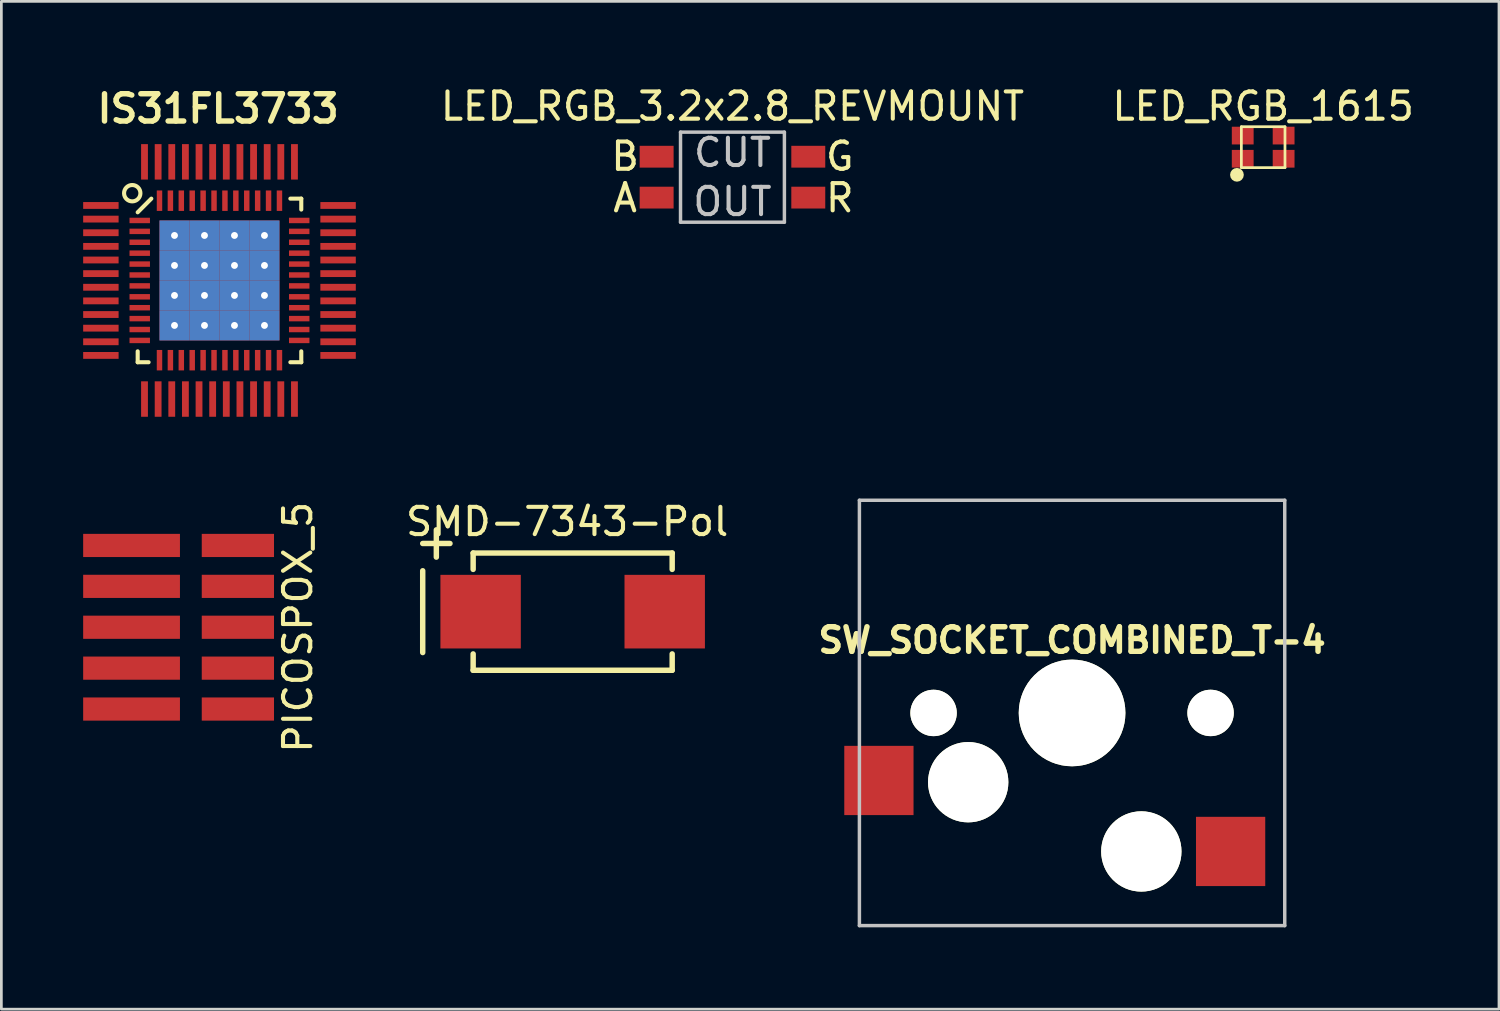
<source format=kicad_pcb>
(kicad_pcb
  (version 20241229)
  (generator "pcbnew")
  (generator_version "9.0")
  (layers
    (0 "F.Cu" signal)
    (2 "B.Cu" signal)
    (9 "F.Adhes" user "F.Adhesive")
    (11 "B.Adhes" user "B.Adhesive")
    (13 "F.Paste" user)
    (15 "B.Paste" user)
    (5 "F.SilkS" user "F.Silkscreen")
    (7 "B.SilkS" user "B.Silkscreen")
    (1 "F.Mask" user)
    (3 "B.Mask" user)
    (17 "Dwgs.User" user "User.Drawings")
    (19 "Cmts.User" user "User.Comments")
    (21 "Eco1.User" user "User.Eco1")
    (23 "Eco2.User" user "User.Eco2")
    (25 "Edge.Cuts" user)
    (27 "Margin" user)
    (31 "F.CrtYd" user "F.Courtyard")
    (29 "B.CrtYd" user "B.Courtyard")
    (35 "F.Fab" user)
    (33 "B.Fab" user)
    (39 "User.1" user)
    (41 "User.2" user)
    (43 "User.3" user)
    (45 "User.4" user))
  (footprint "IS31FL3733"
    (layer "F.Cu")
    (at 5 7.236)
    (property "Reference" "IS31FL3733" (at -0.05 -6.3 0) (layer "F.SilkS") (effects (font (size 1 1) (thickness 0.2))))
    (attr smd)
    (fp_line (start -3 2.6) (end -3 3) (stroke (width 0.15) (type solid)) (layer "F.SilkS"))
    (fp_line (start -3 3) (end -2.6 3) (stroke (width 0.15) (type solid)) (layer "F.SilkS"))
    (fp_line (start -2.5 -3) (end -3 -2.5) (stroke (width 0.15) (type solid)) (layer "F.SilkS"))
    (fp_line (start 2.6 -3) (end 3 -3) (stroke (width 0.15) (type solid)) (layer "F.SilkS"))
    (fp_line (start 3 -3) (end 3 -2.6) (stroke (width 0.15) (type solid)) (layer "F.SilkS"))
    (fp_line (start 3 2.6) (end 3 3) (stroke (width 0.15) (type solid)) (layer "F.SilkS"))
    (fp_line (start 3 3) (end 2.6 3) (stroke (width 0.15) (type solid)) (layer "F.SilkS"))
    (fp_circle (center -3.2 -3.2) (end -3.2 -3.5) (stroke (width 0.15) (type solid)) (fill no) (layer "F.SilkS"))
    (pad "1" smd rect (at -4.35 -2.75 90) (size 0.25 1.3) (layers "F.Cu" "F.Mask" "F.Paste"))
    (pad "1" smd rect (at -2.925 -2.2) (size 0.75 0.2) (layers "F.Cu" "F.Mask" "F.Paste"))
    (pad "2" smd rect (at -4.35 -2.25 90) (size 0.25 1.3) (layers "F.Cu" "F.Mask" "F.Paste"))
    (pad "2" smd rect (at -2.925 -1.8) (size 0.75 0.2) (layers "F.Cu" "F.Mask" "F.Paste"))
    (pad "3" smd rect (at -4.35 -1.75 90) (size 0.25 1.3) (layers "F.Cu" "F.Mask" "F.Paste"))
    (pad "3" smd rect (at -2.925 -1.4) (size 0.75 0.2) (layers "F.Cu" "F.Mask" "F.Paste"))
    (pad "4" smd rect (at -4.35 -1.25 90) (size 0.25 1.3) (layers "F.Cu" "F.Mask" "F.Paste"))
    (pad "4" smd rect (at -2.925 -1) (size 0.75 0.2) (layers "F.Cu" "F.Mask" "F.Paste"))
    (pad "5" smd rect (at -4.35 -0.75 90) (size 0.25 1.3) (layers "F.Cu" "F.Mask" "F.Paste"))
    (pad "5" smd rect (at -2.925 -0.6) (size 0.75 0.2) (layers "F.Cu" "F.Mask" "F.Paste"))
    (pad "6" smd rect (at -4.35 -0.25 90) (size 0.25 1.3) (layers "F.Cu" "F.Mask" "F.Paste"))
    (pad "6" smd rect (at -2.925 -0.2) (size 0.75 0.2) (layers "F.Cu" "F.Mask" "F.Paste"))
    (pad "7" smd rect (at -4.35 0.25 90) (size 0.25 1.3) (layers "F.Cu" "F.Mask" "F.Paste"))
    (pad "7" smd rect (at -2.925 0.2) (size 0.75 0.2) (layers "F.Cu" "F.Mask" "F.Paste"))
    (pad "8" smd rect (at -4.35 0.75 90) (size 0.25 1.3) (layers "F.Cu" "F.Mask" "F.Paste"))
    (pad "8" smd rect (at -2.925 0.6) (size 0.75 0.2) (layers "F.Cu" "F.Mask" "F.Paste"))
    (pad "9" smd rect (at -4.35 1.25 90) (size 0.25 1.3) (layers "F.Cu" "F.Mask" "F.Paste"))
    (pad "9" smd rect (at -2.925 1) (size 0.75 0.2) (layers "F.Cu" "F.Mask" "F.Paste"))
    (pad "10" smd rect (at -4.35 1.75 90) (size 0.25 1.3) (layers "F.Cu" "F.Mask" "F.Paste"))
    (pad "10" smd rect (at -2.925 1.4) (size 0.75 0.2) (layers "F.Cu" "F.Mask" "F.Paste"))
    (pad "11" smd rect (at -4.35 2.25 90) (size 0.25 1.3) (layers "F.Cu" "F.Mask" "F.Paste"))
    (pad "11" smd rect (at -2.925 1.8) (size 0.75 0.2) (layers "F.Cu" "F.Mask" "F.Paste"))
    (pad "12" smd rect (at -4.35 2.75 90) (size 0.25 1.3) (layers "F.Cu" "F.Mask" "F.Paste"))
    (pad "12" smd rect (at -2.925 2.2) (size 0.75 0.2) (layers "F.Cu" "F.Mask" "F.Paste"))
    (pad "13" smd rect (at -2.75 4.35) (size 0.25 1.3) (layers "F.Cu" "F.Mask" "F.Paste"))
    (pad "13" smd rect (at -2.2 2.925) (size 0.2 0.75) (layers "F.Cu" "F.Mask" "F.Paste"))
    (pad "14" smd rect (at -2.25 4.35) (size 0.25 1.3) (layers "F.Cu" "F.Mask" "F.Paste"))
    (pad "14" smd rect (at -1.8 2.925) (size 0.2 0.75) (layers "F.Cu" "F.Mask" "F.Paste"))
    (pad "15" smd rect (at -1.75 4.35) (size 0.25 1.3) (layers "F.Cu" "F.Mask" "F.Paste"))
    (pad "15" smd rect (at -1.4 2.925) (size 0.2 0.75) (layers "F.Cu" "F.Mask" "F.Paste"))
    (pad "16" smd rect (at -1.25 4.35) (size 0.25 1.3) (layers "F.Cu" "F.Mask" "F.Paste"))
    (pad "16" smd rect (at -1 2.925) (size 0.2 0.75) (layers "F.Cu" "F.Mask" "F.Paste"))
    (pad "17" smd rect (at -0.75 4.35) (size 0.25 1.3) (layers "F.Cu" "F.Mask" "F.Paste"))
    (pad "17" smd rect (at -0.6 2.925) (size 0.2 0.75) (layers "F.Cu" "F.Mask" "F.Paste"))
    (pad "18" smd rect (at -0.25 4.35) (size 0.25 1.3) (layers "F.Cu" "F.Mask" "F.Paste"))
    (pad "18" smd rect (at -0.2 2.925) (size 0.2 0.75) (layers "F.Cu" "F.Mask" "F.Paste"))
    (pad "19" smd rect (at 0.2 2.925) (size 0.2 0.75) (layers "F.Cu" "F.Mask" "F.Paste"))
    (pad "19" smd rect (at 0.25 4.35) (size 0.25 1.3) (layers "F.Cu" "F.Mask" "F.Paste"))
    (pad "20" smd rect (at 0.6 2.925) (size 0.2 0.75) (layers "F.Cu" "F.Mask" "F.Paste"))
    (pad "20" smd rect (at 0.75 4.35) (size 0.25 1.3) (layers "F.Cu" "F.Mask" "F.Paste"))
    (pad "21" smd rect (at 1 2.925) (size 0.2 0.75) (layers "F.Cu" "F.Mask" "F.Paste"))
    (pad "21" smd rect (at 1.25 4.35) (size 0.25 1.3) (layers "F.Cu" "F.Mask" "F.Paste"))
    (pad "22" smd rect (at 1.4 2.925) (size 0.2 0.75) (layers "F.Cu" "F.Mask" "F.Paste"))
    (pad "22" smd rect (at 1.75 4.35) (size 0.25 1.3) (layers "F.Cu" "F.Mask" "F.Paste"))
    (pad "23" smd rect (at 1.8 2.925) (size 0.2 0.75) (layers "F.Cu" "F.Mask" "F.Paste"))
    (pad "23" smd rect (at 2.25 4.35) (size 0.25 1.3) (layers "F.Cu" "F.Mask" "F.Paste"))
    (pad "24" smd rect (at 2.2 2.925) (size 0.2 0.75) (layers "F.Cu" "F.Mask" "F.Paste"))
    (pad "24" smd rect (at 2.75 4.35) (size 0.25 1.3) (layers "F.Cu" "F.Mask" "F.Paste"))
    (pad "25" smd rect (at 2.925 2.2) (size 0.75 0.2) (layers "F.Cu" "F.Mask" "F.Paste"))
    (pad "25" smd rect (at 4.35 2.75 90) (size 0.25 1.3) (layers "F.Cu" "F.Mask" "F.Paste"))
    (pad "26" smd rect (at 2.925 1.8) (size 0.75 0.2) (layers "F.Cu" "F.Mask" "F.Paste"))
    (pad "26" smd rect (at 4.35 2.25 90) (size 0.25 1.3) (layers "F.Cu" "F.Mask" "F.Paste"))
    (pad "27" smd rect (at 2.925 1.4) (size 0.75 0.2) (layers "F.Cu" "F.Mask" "F.Paste"))
    (pad "27" smd rect (at 4.35 1.75 90) (size 0.25 1.3) (layers "F.Cu" "F.Mask" "F.Paste"))
    (pad "28" smd rect (at 2.925 1) (size 0.75 0.2) (layers "F.Cu" "F.Mask" "F.Paste"))
    (pad "28" smd rect (at 4.35 1.25 90) (size 0.25 1.3) (layers "F.Cu" "F.Mask" "F.Paste"))
    (pad "29" smd rect (at 2.925 0.6) (size 0.75 0.2) (layers "F.Cu" "F.Mask" "F.Paste"))
    (pad "29" smd rect (at 4.35 0.75 90) (size 0.25 1.3) (layers "F.Cu" "F.Mask" "F.Paste"))
    (pad "30" smd rect (at 2.925 0.2) (size 0.75 0.2) (layers "F.Cu" "F.Mask" "F.Paste"))
    (pad "30" smd rect (at 4.35 0.25 90) (size 0.25 1.3) (layers "F.Cu" "F.Mask" "F.Paste"))
    (pad "31" smd rect (at 2.925 -0.2) (size 0.75 0.2) (layers "F.Cu" "F.Mask" "F.Paste"))
    (pad "31" smd rect (at 4.35 -0.25 90) (size 0.25 1.3) (layers "F.Cu" "F.Mask" "F.Paste"))
    (pad "32" smd rect (at 2.925 -0.6) (size 0.75 0.2) (layers "F.Cu" "F.Mask" "F.Paste"))
    (pad "32" smd rect (at 4.35 -0.75 90) (size 0.25 1.3) (layers "F.Cu" "F.Mask" "F.Paste"))
    (pad "33" smd rect (at 2.925 -1) (size 0.75 0.2) (layers "F.Cu" "F.Mask" "F.Paste"))
    (pad "33" smd rect (at 4.35 -1.25 90) (size 0.25 1.3) (layers "F.Cu" "F.Mask" "F.Paste"))
    (pad "34" smd rect (at 2.925 -1.4) (size 0.75 0.2) (layers "F.Cu" "F.Mask" "F.Paste"))
    (pad "34" smd rect (at 4.35 -1.75 90) (size 0.25 1.3) (layers "F.Cu" "F.Mask" "F.Paste"))
    (pad "35" smd rect (at 2.925 -1.8) (size 0.75 0.2) (layers "F.Cu" "F.Mask" "F.Paste"))
    (pad "35" smd rect (at 4.35 -2.25 90) (size 0.25 1.3) (layers "F.Cu" "F.Mask" "F.Paste"))
    (pad "36" smd rect (at 2.925 -2.2) (size 0.75 0.2) (layers "F.Cu" "F.Mask" "F.Paste"))
    (pad "36" smd rect (at 4.35 -2.75 90) (size 0.25 1.3) (layers "F.Cu" "F.Mask" "F.Paste"))
    (pad "37" smd rect (at 2.2 -2.925) (size 0.2 0.75) (layers "F.Cu" "F.Mask" "F.Paste"))
    (pad "37" smd rect (at 2.75 -4.35) (size 0.25 1.3) (layers "F.Cu" "F.Mask" "F.Paste"))
    (pad "38" smd rect (at 1.8 -2.925) (size 0.2 0.75) (layers "F.Cu" "F.Mask" "F.Paste"))
    (pad "38" smd rect (at 2.25 -4.35) (size 0.25 1.3) (layers "F.Cu" "F.Mask" "F.Paste"))
    (pad "39" smd rect (at 1.4 -2.925) (size 0.2 0.75) (layers "F.Cu" "F.Mask" "F.Paste"))
    (pad "39" smd rect (at 1.75 -4.35) (size 0.25 1.3) (layers "F.Cu" "F.Mask" "F.Paste"))
    (pad "40" smd rect (at 1 -2.925) (size 0.2 0.75) (layers "F.Cu" "F.Mask" "F.Paste"))
    (pad "40" smd rect (at 1.25 -4.35) (size 0.25 1.3) (layers "F.Cu" "F.Mask" "F.Paste"))
    (pad "41" smd rect (at 0.6 -2.925) (size 0.2 0.75) (layers "F.Cu" "F.Mask" "F.Paste"))
    (pad "41" smd rect (at 0.75 -4.35) (size 0.25 1.3) (layers "F.Cu" "F.Mask" "F.Paste"))
    (pad "42" smd rect (at 0.2 -2.925) (size 0.2 0.75) (layers "F.Cu" "F.Mask" "F.Paste"))
    (pad "42" smd rect (at 0.25 -4.35) (size 0.25 1.3) (layers "F.Cu" "F.Mask" "F.Paste"))
    (pad "43" smd rect (at -0.25 -4.35) (size 0.25 1.3) (layers "F.Cu" "F.Mask" "F.Paste"))
    (pad "43" smd rect (at -0.2 -2.925) (size 0.2 0.75) (layers "F.Cu" "F.Mask" "F.Paste"))
    (pad "44" smd rect (at -0.75 -4.35) (size 0.25 1.3) (layers "F.Cu" "F.Mask" "F.Paste"))
    (pad "44" smd rect (at -0.6 -2.925) (size 0.2 0.75) (layers "F.Cu" "F.Mask" "F.Paste"))
    (pad "45" smd rect (at -1.25 -4.35) (size 0.25 1.3) (layers "F.Cu" "F.Mask" "F.Paste"))
    (pad "45" smd rect (at -1 -2.925) (size 0.2 0.75) (layers "F.Cu" "F.Mask" "F.Paste"))
    (pad "46" smd rect (at -1.75 -4.35) (size 0.25 1.3) (layers "F.Cu" "F.Mask" "F.Paste"))
    (pad "46" smd rect (at -1.4 -2.925) (size 0.2 0.75) (layers "F.Cu" "F.Mask" "F.Paste"))
    (pad "47" smd rect (at -2.25 -4.35) (size 0.25 1.3) (layers "F.Cu" "F.Mask" "F.Paste"))
    (pad "47" smd rect (at -1.8 -2.925) (size 0.2 0.75) (layers "F.Cu" "F.Mask" "F.Paste"))
    (pad "48" smd rect (at -2.75 -4.35) (size 0.25 1.3) (layers "F.Cu" "F.Mask" "F.Paste"))
    (pad "48" smd rect (at -2.2 -2.925) (size 0.2 0.75) (layers "F.Cu" "F.Mask" "F.Paste"))
    (pad "48" thru_hole rect (at -1.65 -1.65) (size 1.1 1.1) (drill 0.254) (layers "*.Cu" "F.Mask" "F.Paste"))
    (pad "48" thru_hole rect (at -1.65 -0.55) (size 1.1 1.1) (drill 0.254) (layers "*.Cu" "F.Mask" "F.Paste"))
    (pad "48" thru_hole rect (at -1.65 0.55) (size 1.1 1.1) (drill 0.254) (layers "*.Cu" "F.Mask" "F.Paste"))
    (pad "48" thru_hole rect (at -1.65 1.65) (size 1.1 1.1) (drill 0.254) (layers "*.Cu" "F.Mask" "F.Paste"))
    (pad "48" thru_hole rect (at -0.55 -1.65) (size 1.1 1.1) (drill 0.254) (layers "*.Cu" "F.Mask" "F.Paste"))
    (pad "48" thru_hole rect (at -0.55 -0.55) (size 1.1 1.1) (drill 0.254) (layers "*.Cu" "F.Mask" "F.Paste"))
    (pad "48" thru_hole rect (at -0.55 0.55) (size 1.1 1.1) (drill 0.254) (layers "*.Cu" "F.Mask" "F.Paste"))
    (pad "48" thru_hole rect (at -0.55 1.65) (size 1.1 1.1) (drill 0.254) (layers "*.Cu" "F.Mask" "F.Paste"))
    (pad "48" thru_hole rect (at 0.55 -1.65) (size 1.1 1.1) (drill 0.254) (layers "*.Cu" "F.Mask" "F.Paste"))
    (pad "48" thru_hole rect (at 0.55 -0.55) (size 1.1 1.1) (drill 0.254) (layers "*.Cu" "F.Mask" "F.Paste"))
    (pad "48" thru_hole rect (at 0.55 0.55) (size 1.1 1.1) (drill 0.254) (layers "*.Cu" "F.Mask" "F.Paste"))
    (pad "48" thru_hole rect (at 0.55 1.65) (size 1.1 1.1) (drill 0.254) (layers "*.Cu" "F.Mask" "F.Paste"))
    (pad "48" thru_hole rect (at 1.65 -1.65) (size 1.1 1.1) (drill 0.254) (layers "*.Cu" "F.Mask" "F.Paste"))
    (pad "48" thru_hole rect (at 1.65 -0.55) (size 1.1 1.1) (drill 0.254) (layers "*.Cu" "F.Mask" "F.Paste"))
    (pad "48" thru_hole rect (at 1.65 0.55) (size 1.1 1.1) (drill 0.254) (layers "*.Cu" "F.Mask" "F.Paste"))
    (pad "48" thru_hole rect (at 1.65 1.65) (size 1.1 1.1) (drill 0.254) (layers "*.Cu" "F.Mask" "F.Paste")))
  (footprint "SW_SOCKET_COMBINED_T-4"
    (layer "F.Cu")
    (at 36.271 23.099)
    (property "Reference" "SW_SOCKET_COMBINED_T-4" (at 0 -2.667 180) (layer "F.SilkS") (effects (font (size 0.9 0.9) (thickness 0.2))))
    (attr smd)
    (fp_line (start -7.8 -7.8) (end -7.8 7.8) (stroke (width 0.127) (type solid)) (layer "Dwgs.User"))
    (fp_line (start -7.8 7.8) (end 7.8 7.8) (stroke (width 0.127) (type solid)) (layer "Dwgs.User"))
    (fp_line (start 7.8 -7.8) (end -7.8 -7.8) (stroke (width 0.127) (type solid)) (layer "Dwgs.User"))
    (fp_line (start 7.8 7.8) (end 7.8 -7.8) (stroke (width 0.127) (type solid)) (layer "Dwgs.User"))
    (pad "" np_thru_hole circle (at -5.08 0 180) (size 1.702 1.702) (drill 1.702) (layers "*.Cu" "*.Mask" "F.SilkS"))
    (pad "" np_thru_hole circle (at -3.81 2.54 180) (size 2.946 2.946) (drill 2.946) (layers "*.Cu" "*.Mask" "F.SilkS"))
    (pad "" np_thru_hole circle (at 0 0 180) (size 3.912 3.912) (drill 3.912) (layers "*.Cu" "*.Mask" "F.SilkS"))
    (pad "" np_thru_hole circle (at 2.54 5.08 180) (size 2.946 2.946) (drill 2.946) (layers "*.Cu" "*.Mask" "F.SilkS"))
    (pad "" np_thru_hole circle (at 5.08 0 180) (size 1.702 1.702) (drill 1.702) (layers "*.Cu" "*.Mask" "F.SilkS"))
    (pad "1" smd rect (at -7.085 2.477 180) (size 2.54 2.54) (layers "F.Cu" "F.Mask" "F.Paste"))
    (pad "2" smd rect (at 5.815 5.08 180) (size 2.54 2.54) (layers "F.Cu" "F.Mask" "F.Paste")))
  (footprint "LED_RGB_1615"
    (layer "F.Cu")
    (at 43.28 2.348)
    (property "Reference" "LED_RGB_1615" (at 0 -1.5 0) (layer "F.SilkS") (effects (font (size 1 1) (thickness 0.15))))
    (attr smd)
    (fp_line (start -0.8 -0.75) (end 0.8 -0.75) (stroke (width 0.1) (type solid)) (layer "F.SilkS"))
    (fp_line (start -0.8 0.75) (end -0.8 -0.75) (stroke (width 0.1) (type solid)) (layer "F.SilkS"))
    (fp_line (start 0.8 -0.75) (end 0.8 0.75) (stroke (width 0.1) (type solid)) (layer "F.SilkS"))
    (fp_line (start 0.8 0.75) (end -0.8 0.75) (stroke (width 0.1) (type solid)) (layer "F.SilkS"))
    (fp_circle (center -0.962 1.014) (end -0.835 1.014) (stroke (width 0.25) (type solid)) (fill no) (layer "F.SilkS"))
    (pad "1" smd rect (at -0.75 0.425) (size 0.8 0.65) (layers "F.Cu" "F.Mask" "F.Paste"))
    (pad "2" smd rect (at -0.75 -0.425) (size 0.8 0.65) (layers "F.Cu" "F.Mask" "F.Paste"))
    (pad "3" smd rect (at 0.75 -0.425) (size 0.8 0.65) (layers "F.Cu" "F.Mask" "F.Paste"))
    (pad "4" smd rect (at 0.75 0.425) (size 0.8 0.65) (layers "F.Cu" "F.Mask" "F.Paste")))
  (footprint "PICOSPOX_5"
    (layer "F.Cu")
    (at 3.95 19.956)
    (property "Reference" "PICOSPOX_5" (at 3.925 0 90) (layer "F.SilkS") (effects (font (size 1 1) (thickness 0.15))))
    (attr through_hole)
    (pad "1" smd rect (at -2.175 -3) (size 3.55 0.85) (layers "F.Cu" "F.Mask" "F.Paste"))
    (pad "1" smd rect (at 1.725 -3) (size 2.65 0.85) (layers "F.Cu" "F.Mask" "F.Paste"))
    (pad "2" smd rect (at -2.175 -1.5) (size 3.55 0.85) (layers "F.Cu" "F.Mask" "F.Paste"))
    (pad "2" smd rect (at 1.725 -1.5) (size 2.65 0.85) (layers "F.Cu" "F.Mask" "F.Paste"))
    (pad "3" smd rect (at -2.175 0) (size 3.55 0.85) (layers "F.Cu" "F.Mask" "F.Paste"))
    (pad "3" smd rect (at 1.725 0) (size 2.65 0.85) (layers "F.Cu" "F.Mask" "F.Paste"))
    (pad "4" smd rect (at -2.175 1.5) (size 3.55 0.85) (layers "F.Cu" "F.Mask" "F.Paste"))
    (pad "4" smd rect (at 1.725 1.5) (size 2.65 0.85) (layers "F.Cu" "F.Mask" "F.Paste"))
    (pad "5" smd rect (at -2.175 3) (size 3.55 0.85) (layers "F.Cu" "F.Mask" "F.Paste"))
    (pad "5" smd rect (at 1.725 3) (size 2.65 0.85) (layers "F.Cu" "F.Mask" "F.Paste")))
  (footprint "LED_RGB_3.2x2.8_REVMOUNT"
    (layer "F.Cu")
    (at 23.815 3.448)
    (property "Reference" "LED_RGB_3.2x2.8_REVMOUNT" (at 0 -2.6 0) (layer "F.SilkS") (effects (font (size 1 1) (thickness 0.15))))
    (attr smd)
    (fp_line (start -1.905 -1.651) (end 1.905 -1.651) (stroke (width 0.127) (type solid)) (layer "Dwgs.User"))
    (fp_line (start -1.905 1.651) (end -1.905 -1.651) (stroke (width 0.127) (type solid)) (layer "Dwgs.User"))
    (fp_line (start 1.905 -1.651) (end 1.905 1.651) (stroke (width 0.127) (type solid)) (layer "Dwgs.User"))
    (fp_line (start 1.905 1.651) (end -1.905 1.651) (stroke (width 0.127) (type solid)) (layer "Dwgs.User"))
    (fp_text user "B" (at -3.937 -0.762 0) (layer "F.SilkS") (effects (font (size 1 1) (thickness 0.15))))
    (fp_text user "A" (at -3.937 0.762 0) (layer "F.SilkS") (effects (font (size 1 1) (thickness 0.15))))
    (fp_text user "R" (at 3.937 0.762 0) (layer "F.SilkS") (effects (font (size 1 1) (thickness 0.15))))
    (fp_text user "G" (at 3.937 -0.762 0) (layer "F.SilkS") (effects (font (size 1 1) (thickness 0.15))))
    (fp_text user "OUT" (at 0 0.9 0) (layer "Dwgs.User") (effects (font (size 1 1) (thickness 0.15))))
    (fp_text user "CUT" (at 0 -0.9 0) (layer "Dwgs.User") (effects (font (size 1 1) (thickness 0.15))))
    (pad "1" smd rect (at -2.781 0.75) (size 1.245 0.8) (layers "F.Cu" "F.Mask" "F.Paste"))
    (pad "2" smd rect (at 2.781 0.75) (size 1.245 0.8) (layers "F.Cu" "F.Mask" "F.Paste"))
    (pad "3" smd rect (at 2.781 -0.75) (size 1.245 0.8) (layers "F.Cu" "F.Mask" "F.Paste"))
    (pad "4" smd rect (at -2.781 -0.75) (size 1.245 0.8) (layers "F.Cu" "F.Mask" "F.Paste")))
  (footprint "SMD-7343-Pol"
    (layer "F.Cu")
    (at 17.954 19.384)
    (property "Reference" "SMD-7343-Pol" (at -0.201 -3.299 0) (layer "F.SilkS") (effects (font (size 1 1) (thickness 0.15))))
    (attr smd)
    (fp_line (start -5.5 -2.5) (end -4.5 -2.5) (stroke (width 0.2) (type solid)) (layer "F.SilkS"))
    (fp_line (start -5.5 -1.5) (end -5.5 1.5) (stroke (width 0.2) (type solid)) (layer "F.SilkS"))
    (fp_line (start -5 -2) (end -5 -3) (stroke (width 0.2) (type solid)) (layer "F.SilkS"))
    (fp_line (start -3.65 -2.15) (end -3.65 -1.55) (stroke (width 0.2) (type solid)) (layer "F.SilkS"))
    (fp_line (start -3.65 -2.15) (end 3.65 -2.15) (stroke (width 0.2) (type solid)) (layer "F.SilkS"))
    (fp_line (start -3.65 2.15) (end -3.65 1.55) (stroke (width 0.2) (type solid)) (layer "F.SilkS"))
    (fp_line (start 3.65 -2.15) (end 3.65 -1.55) (stroke (width 0.2) (type solid)) (layer "F.SilkS"))
    (fp_line (start 3.65 2.15) (end -3.65 2.15) (stroke (width 0.2) (type solid)) (layer "F.SilkS"))
    (fp_line (start 3.65 2.15) (end 3.65 1.55) (stroke (width 0.2) (type solid)) (layer "F.SilkS"))
    (pad "1" smd rect (at -3.376 0) (size 2.949 2.7) (layers "F.Cu" "F.Mask" "F.Paste"))
    (pad "2" smd rect (at 3.376 0) (size 2.949 2.7) (layers "F.Cu" "F.Mask" "F.Paste")))
  (gr_rect
    (start -3 -3)
    (end 51.929 33.963)
    (stroke (width 0.1) (type default))
    (fill no)
    (layer "Edge.Cuts")))
</source>
